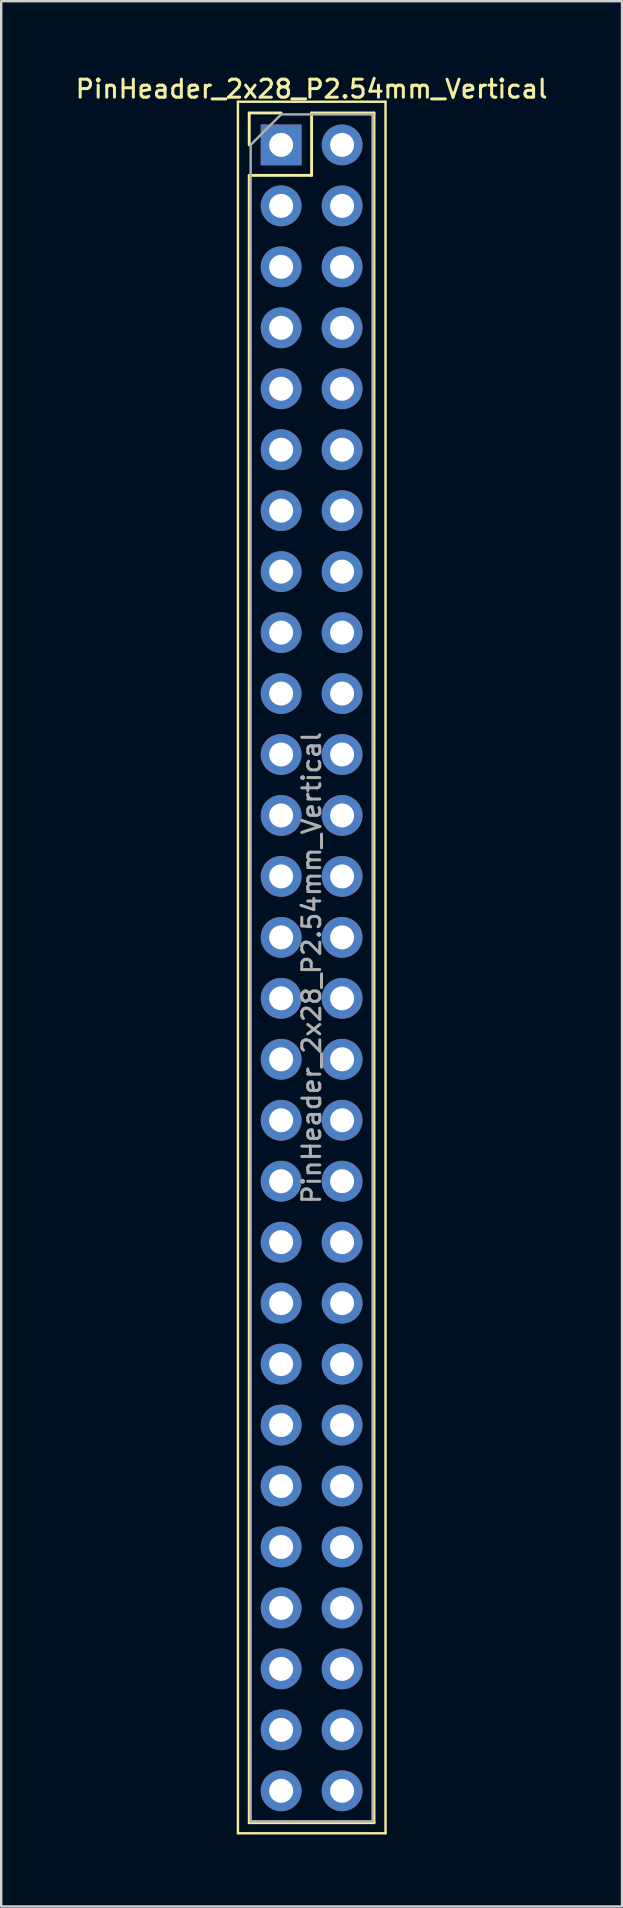
<source format=kicad_pcb>
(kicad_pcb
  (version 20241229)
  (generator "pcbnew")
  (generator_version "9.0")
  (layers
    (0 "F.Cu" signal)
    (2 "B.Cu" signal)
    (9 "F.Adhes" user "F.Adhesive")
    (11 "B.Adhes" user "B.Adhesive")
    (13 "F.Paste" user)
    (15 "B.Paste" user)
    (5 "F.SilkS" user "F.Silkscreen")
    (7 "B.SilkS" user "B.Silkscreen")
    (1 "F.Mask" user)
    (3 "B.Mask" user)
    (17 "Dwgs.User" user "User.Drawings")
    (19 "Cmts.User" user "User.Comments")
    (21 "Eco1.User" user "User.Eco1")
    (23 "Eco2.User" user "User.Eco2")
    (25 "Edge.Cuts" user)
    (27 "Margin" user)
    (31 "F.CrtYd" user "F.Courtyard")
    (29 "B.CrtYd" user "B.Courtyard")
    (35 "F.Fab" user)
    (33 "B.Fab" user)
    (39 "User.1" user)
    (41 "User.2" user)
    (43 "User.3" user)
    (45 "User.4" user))
  (footprint "PinHeader_2x28_P2.54mm_Vertical"
    (layer "F.Cu")
    (at 8.664 2.988)
    (property "Reference" "PinHeader_2x28_P2.54mm_Vertical" (at 1.27 -2.33 0) (layer "F.SilkS") (effects (font (size 0.75 0.75) (thickness 0.125))))
    (attr through_hole)
    (fp_line (start -1.8 -1.8) (end -1.8 70.35) (stroke (width 0.1) (type solid)) (layer "F.SilkS"))
    (fp_line (start -1.8 70.35) (end 4.35 70.35) (stroke (width 0.1) (type solid)) (layer "F.SilkS"))
    (fp_line (start -1.33 -1.33) (end 0 -1.33) (stroke (width 0.12) (type solid)) (layer "F.SilkS"))
    (fp_line (start -1.33 0) (end -1.33 -1.33) (stroke (width 0.12) (type solid)) (layer "F.SilkS"))
    (fp_line (start -1.33 1.27) (end -1.33 69.91) (stroke (width 0.12) (type solid)) (layer "F.SilkS"))
    (fp_line (start -1.33 1.27) (end 1.27 1.27) (stroke (width 0.12) (type solid)) (layer "F.SilkS"))
    (fp_line (start -1.33 69.91) (end 3.87 69.91) (stroke (width 0.12) (type solid)) (layer "F.SilkS"))
    (fp_line (start 1.27 -1.33) (end 3.87 -1.33) (stroke (width 0.12) (type solid)) (layer "F.SilkS"))
    (fp_line (start 1.27 1.27) (end 1.27 -1.33) (stroke (width 0.12) (type solid)) (layer "F.SilkS"))
    (fp_line (start 3.87 -1.33) (end 3.87 69.91) (stroke (width 0.12) (type solid)) (layer "F.SilkS"))
    (fp_line (start 4.35 -1.8) (end -1.8 -1.8) (stroke (width 0.1) (type solid)) (layer "F.SilkS"))
    (fp_line (start 4.35 70.35) (end 4.35 -1.8) (stroke (width 0.1) (type solid)) (layer "F.SilkS"))
    (fp_line (start -1.27 0) (end 0 -1.27) (stroke (width 0.1) (type solid)) (layer "F.Fab"))
    (fp_line (start -1.27 69.85) (end -1.27 0) (stroke (width 0.1) (type solid)) (layer "F.Fab"))
    (fp_line (start 0 -1.27) (end 3.81 -1.27) (stroke (width 0.1) (type solid)) (layer "F.Fab"))
    (fp_line (start 3.81 -1.27) (end 3.81 69.85) (stroke (width 0.1) (type solid)) (layer "F.Fab"))
    (fp_line (start 3.81 69.85) (end -1.27 69.85) (stroke (width 0.1) (type solid)) (layer "F.Fab"))
    (fp_text user "${REFERENCE}" (at 1.27 34.29 90) (layer "F.Fab") (effects (font (size 0.75 0.75) (thickness 0.125))))
    (pad "1" thru_hole rect (at 0 0) (size 1.7 1.7) (drill 1) (layers "*.Cu" "*.Mask"))
    (pad "2" thru_hole oval (at 2.54 0) (size 1.7 1.7) (drill 1) (layers "*.Cu" "*.Mask"))
    (pad "3" thru_hole oval (at 0 2.54) (size 1.7 1.7) (drill 1) (layers "*.Cu" "*.Mask"))
    (pad "4" thru_hole oval (at 2.54 2.54) (size 1.7 1.7) (drill 1) (layers "*.Cu" "*.Mask"))
    (pad "5" thru_hole oval (at 0 5.08) (size 1.7 1.7) (drill 1) (layers "*.Cu" "*.Mask"))
    (pad "6" thru_hole oval (at 2.54 5.08) (size 1.7 1.7) (drill 1) (layers "*.Cu" "*.Mask"))
    (pad "7" thru_hole oval (at 0 7.62) (size 1.7 1.7) (drill 1) (layers "*.Cu" "*.Mask"))
    (pad "8" thru_hole oval (at 2.54 7.62) (size 1.7 1.7) (drill 1) (layers "*.Cu" "*.Mask"))
    (pad "9" thru_hole oval (at 0 10.16) (size 1.7 1.7) (drill 1) (layers "*.Cu" "*.Mask"))
    (pad "10" thru_hole oval (at 2.54 10.16) (size 1.7 1.7) (drill 1) (layers "*.Cu" "*.Mask"))
    (pad "11" thru_hole oval (at 0 12.7) (size 1.7 1.7) (drill 1) (layers "*.Cu" "*.Mask"))
    (pad "12" thru_hole oval (at 2.54 12.7) (size 1.7 1.7) (drill 1) (layers "*.Cu" "*.Mask"))
    (pad "13" thru_hole oval (at 0 15.24) (size 1.7 1.7) (drill 1) (layers "*.Cu" "*.Mask"))
    (pad "14" thru_hole oval (at 2.54 15.24) (size 1.7 1.7) (drill 1) (layers "*.Cu" "*.Mask"))
    (pad "15" thru_hole oval (at 0 17.78) (size 1.7 1.7) (drill 1) (layers "*.Cu" "*.Mask"))
    (pad "16" thru_hole oval (at 2.54 17.78) (size 1.7 1.7) (drill 1) (layers "*.Cu" "*.Mask"))
    (pad "17" thru_hole oval (at 0 20.32) (size 1.7 1.7) (drill 1) (layers "*.Cu" "*.Mask"))
    (pad "18" thru_hole oval (at 2.54 20.32) (size 1.7 1.7) (drill 1) (layers "*.Cu" "*.Mask"))
    (pad "19" thru_hole oval (at 0 22.86) (size 1.7 1.7) (drill 1) (layers "*.Cu" "*.Mask"))
    (pad "20" thru_hole oval (at 2.54 22.86) (size 1.7 1.7) (drill 1) (layers "*.Cu" "*.Mask"))
    (pad "21" thru_hole oval (at 0 25.4) (size 1.7 1.7) (drill 1) (layers "*.Cu" "*.Mask"))
    (pad "22" thru_hole oval (at 2.54 25.4) (size 1.7 1.7) (drill 1) (layers "*.Cu" "*.Mask"))
    (pad "23" thru_hole oval (at 0 27.94) (size 1.7 1.7) (drill 1) (layers "*.Cu" "*.Mask"))
    (pad "24" thru_hole oval (at 2.54 27.94) (size 1.7 1.7) (drill 1) (layers "*.Cu" "*.Mask"))
    (pad "25" thru_hole oval (at 0 30.48) (size 1.7 1.7) (drill 1) (layers "*.Cu" "*.Mask"))
    (pad "26" thru_hole oval (at 2.54 30.48) (size 1.7 1.7) (drill 1) (layers "*.Cu" "*.Mask"))
    (pad "27" thru_hole oval (at 0 33.02) (size 1.7 1.7) (drill 1) (layers "*.Cu" "*.Mask"))
    (pad "28" thru_hole oval (at 2.54 33.02) (size 1.7 1.7) (drill 1) (layers "*.Cu" "*.Mask"))
    (pad "29" thru_hole oval (at 0 35.56) (size 1.7 1.7) (drill 1) (layers "*.Cu" "*.Mask"))
    (pad "30" thru_hole oval (at 2.54 35.56) (size 1.7 1.7) (drill 1) (layers "*.Cu" "*.Mask"))
    (pad "31" thru_hole oval (at 0 38.1) (size 1.7 1.7) (drill 1) (layers "*.Cu" "*.Mask"))
    (pad "32" thru_hole oval (at 2.54 38.1) (size 1.7 1.7) (drill 1) (layers "*.Cu" "*.Mask"))
    (pad "33" thru_hole oval (at 0 40.64) (size 1.7 1.7) (drill 1) (layers "*.Cu" "*.Mask"))
    (pad "34" thru_hole oval (at 2.54 40.64) (size 1.7 1.7) (drill 1) (layers "*.Cu" "*.Mask"))
    (pad "35" thru_hole oval (at 0 43.18) (size 1.7 1.7) (drill 1) (layers "*.Cu" "*.Mask"))
    (pad "36" thru_hole oval (at 2.54 43.18) (size 1.7 1.7) (drill 1) (layers "*.Cu" "*.Mask"))
    (pad "37" thru_hole oval (at 0 45.72) (size 1.7 1.7) (drill 1) (layers "*.Cu" "*.Mask"))
    (pad "38" thru_hole oval (at 2.54 45.72) (size 1.7 1.7) (drill 1) (layers "*.Cu" "*.Mask"))
    (pad "39" thru_hole oval (at 0 48.26) (size 1.7 1.7) (drill 1) (layers "*.Cu" "*.Mask"))
    (pad "40" thru_hole oval (at 2.54 48.26) (size 1.7 1.7) (drill 1) (layers "*.Cu" "*.Mask"))
    (pad "41" thru_hole oval (at 0 50.8) (size 1.7 1.7) (drill 1) (layers "*.Cu" "*.Mask"))
    (pad "42" thru_hole oval (at 2.54 50.8) (size 1.7 1.7) (drill 1) (layers "*.Cu" "*.Mask"))
    (pad "43" thru_hole oval (at 0 53.34) (size 1.7 1.7) (drill 1) (layers "*.Cu" "*.Mask"))
    (pad "44" thru_hole oval (at 2.54 53.34) (size 1.7 1.7) (drill 1) (layers "*.Cu" "*.Mask"))
    (pad "45" thru_hole oval (at 0 55.88) (size 1.7 1.7) (drill 1) (layers "*.Cu" "*.Mask"))
    (pad "46" thru_hole oval (at 2.54 55.88) (size 1.7 1.7) (drill 1) (layers "*.Cu" "*.Mask"))
    (pad "47" thru_hole oval (at 0 58.42) (size 1.7 1.7) (drill 1) (layers "*.Cu" "*.Mask"))
    (pad "48" thru_hole oval (at 2.54 58.42) (size 1.7 1.7) (drill 1) (layers "*.Cu" "*.Mask"))
    (pad "49" thru_hole oval (at 0 60.96) (size 1.7 1.7) (drill 1) (layers "*.Cu" "*.Mask"))
    (pad "50" thru_hole oval (at 2.54 60.96) (size 1.7 1.7) (drill 1) (layers "*.Cu" "*.Mask"))
    (pad "51" thru_hole oval (at 0 63.5) (size 1.7 1.7) (drill 1) (layers "*.Cu" "*.Mask"))
    (pad "52" thru_hole oval (at 2.54 63.5) (size 1.7 1.7) (drill 1) (layers "*.Cu" "*.Mask"))
    (pad "53" thru_hole oval (at 0 66.04) (size 1.7 1.7) (drill 1) (layers "*.Cu" "*.Mask"))
    (pad "54" thru_hole oval (at 2.54 66.04) (size 1.7 1.7) (drill 1) (layers "*.Cu" "*.Mask"))
    (pad "55" thru_hole oval (at 0 68.58) (size 1.7 1.7) (drill 1) (layers "*.Cu" "*.Mask"))
    (pad "56" thru_hole oval (at 2.54 68.58) (size 1.7 1.7) (drill 1) (layers "*.Cu" "*.Mask")))
  (gr_rect
    (start -3 -3)
    (end 22.868 76.388)
    (stroke (width 0.1) (type default))
    (fill no)
    (layer "Edge.Cuts")))
</source>
